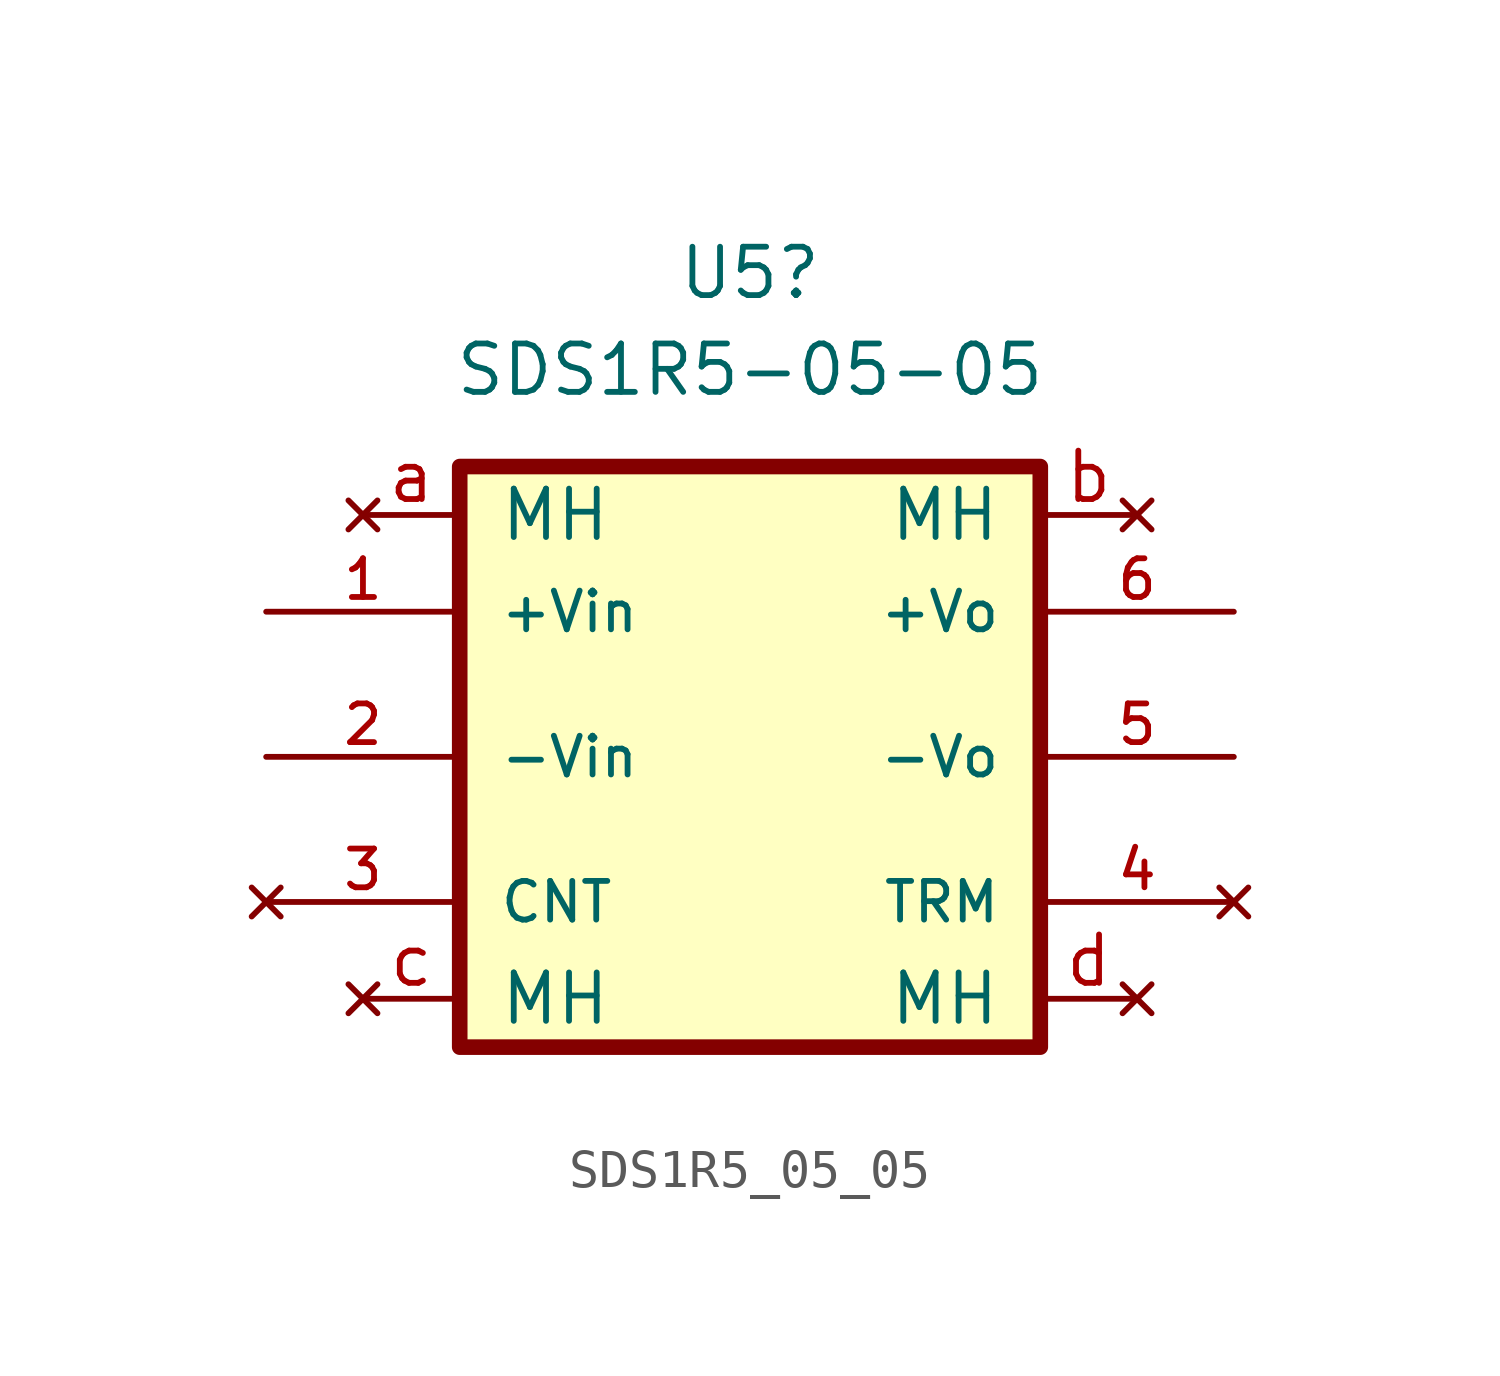
<source format=kicad_sym>
(kicad_symbol_lib
  (version 20231120)
  (generator "kicad_symbol_editor")
  (generator_version "8.0")
  (symbol "SDS1R5_05_05"
    (pin_names
      (offset 1.016))
    (property "Reference" "U5"
      (at 0 12.7 0)
      (effects (font (size 1.27 1.27))))
    (property "Value" "SDS1R5-05-05"
      (at 0 10.16 0)
      (effects (font (size 1.27 1.27))))
    (symbol "SDS1R5_05_05_0_0"
      (rectangle (start -7.62 7.62) (end 7.62 -7.62) (stroke (width 0.41) (type default)) (fill (type background)))
      (pin power_in line (at -12.7 3.81 0) (length 5.08) (name "+Vin" (effects (font (size 1.016 1.016)))) (number "1" (effects (font (size 1.016 1.016)))))
      (pin power_in line (at -12.7 0 0) (length 5.08) (name "-Vin" (effects (font (size 1.016 1.016)))) (number "2" (effects (font (size 1.016 1.016)))))
      (pin no_connect line (at -12.7 -3.81 0) (length 5.08) (name "CNT" (effects (font (size 1.016 1.016)))) (number "3" (effects (font (size 1.016 1.016)))))
      (pin no_connect line (at 12.7 -3.81 180) (length 5.08) (name "TRM" (effects (font (size 1.016 1.016)))) (number "4" (effects (font (size 1.016 1.016)))))
      (pin passive line (at 12.7 0 180) (length 5.08) (name "-Vo" (effects (font (size 1.016 1.016)))) (number "5" (effects (font (size 1.016 1.016)))))
      (pin passive line (at 12.7 3.81 180) (length 5.08) (name "+Vo" (effects (font (size 1.016 1.016)))) (number "6" (effects (font (size 1.016 1.016))))))
    (symbol "SDS1R5_05_05_1_1"
      (pin no_connect line (at -10.16 6.35 0) (length 2.54) (name "MH" (effects (font (size 1.27 1.27)))) (number "a" (effects (font (size 1.27 1.27)))))
      (pin no_connect line (at 10.16 6.35 180) (length 2.54) (name "MH" (effects (font (size 1.27 1.27)))) (number "b" (effects (font (size 1.27 1.27)))))
      (pin no_connect line (at -10.16 -6.35 0) (length 2.54) (name "MH" (effects (font (size 1.27 1.27)))) (number "c" (effects (font (size 1.27 1.27)))))
      (pin no_connect line (at 10.16 -6.35 180) (length 2.54) (name "MH" (effects (font (size 1.27 1.27)))) (number "d" (effects (font (size 1.27 1.27))))))))
</source>
